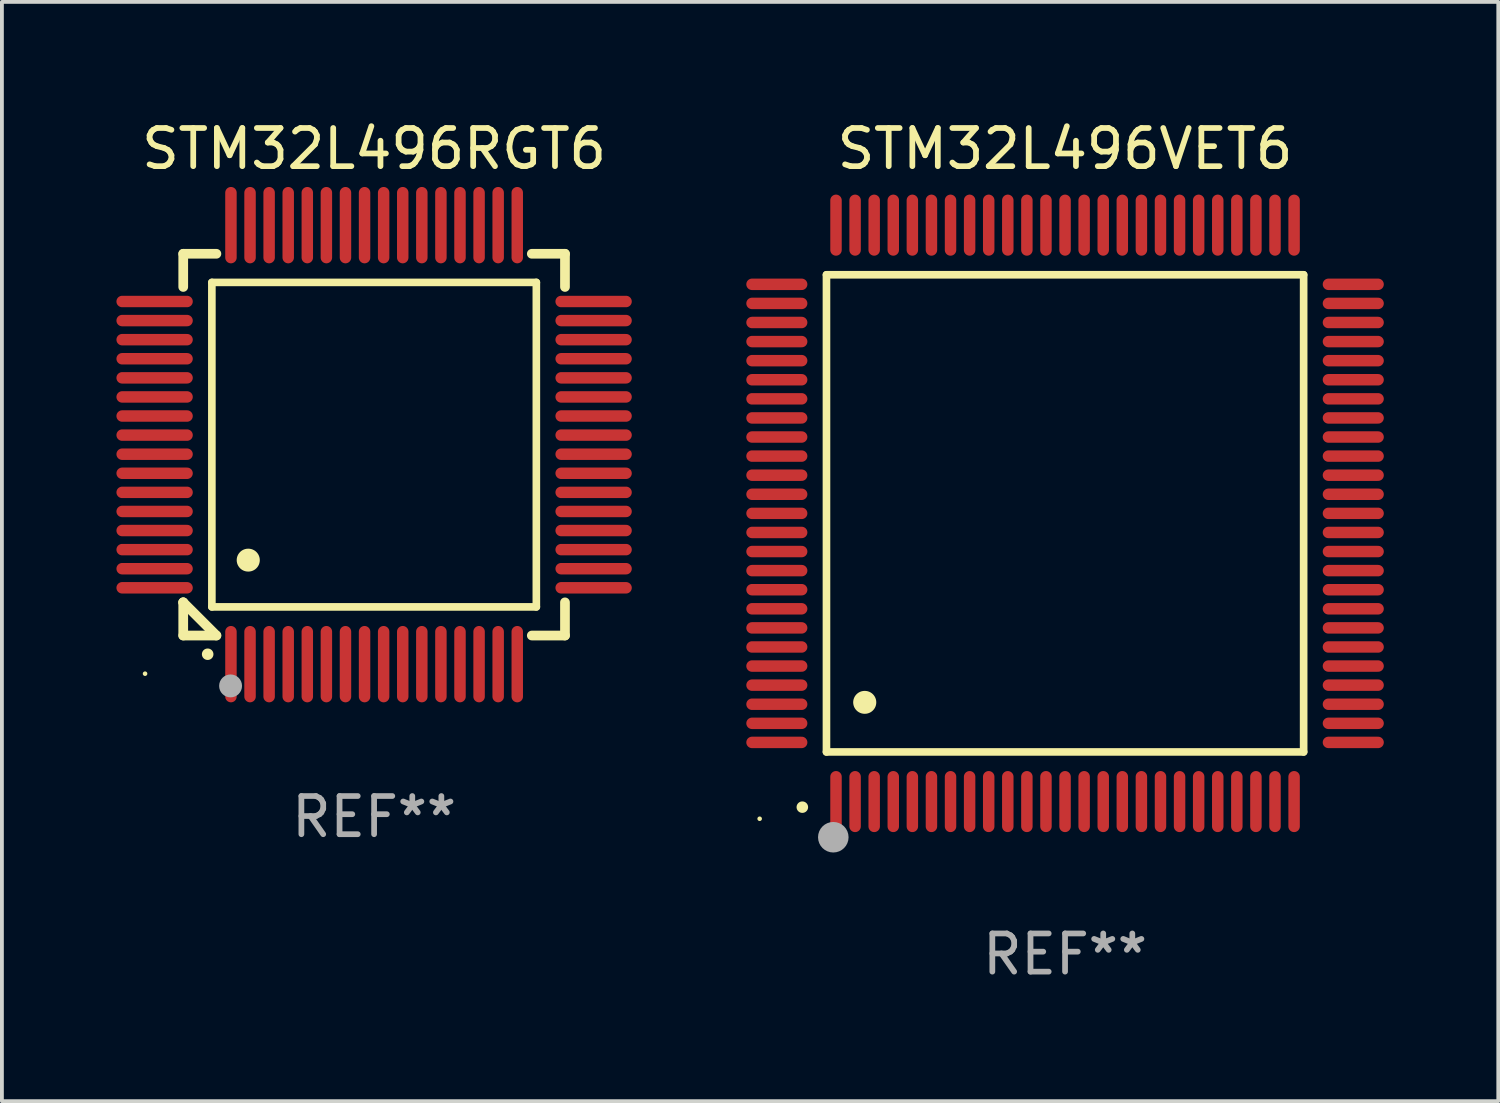
<source format=kicad_pcb>
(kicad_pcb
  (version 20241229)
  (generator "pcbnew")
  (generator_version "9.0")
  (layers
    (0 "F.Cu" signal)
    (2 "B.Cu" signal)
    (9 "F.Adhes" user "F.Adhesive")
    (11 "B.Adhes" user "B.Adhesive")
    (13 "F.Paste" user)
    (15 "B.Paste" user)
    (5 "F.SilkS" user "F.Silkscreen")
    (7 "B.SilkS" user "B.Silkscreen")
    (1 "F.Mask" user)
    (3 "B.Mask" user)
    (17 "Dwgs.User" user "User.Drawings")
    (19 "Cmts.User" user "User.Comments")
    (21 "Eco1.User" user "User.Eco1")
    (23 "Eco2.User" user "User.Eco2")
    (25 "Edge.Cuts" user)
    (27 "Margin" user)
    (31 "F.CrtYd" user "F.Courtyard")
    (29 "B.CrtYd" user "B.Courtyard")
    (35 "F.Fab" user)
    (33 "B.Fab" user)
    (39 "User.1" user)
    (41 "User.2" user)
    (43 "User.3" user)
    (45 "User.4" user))
  (footprint "STM32L496VET6"
    (layer "F.Cu")
    (at 24.85 10.398)
    (property "Reference" "STM32L496VET6" (at 0 -9.55 0) (layer "F.SilkS") (effects (font (size 1 1) (thickness 0.15))))
    (attr through_hole)
    (fp_line (start -6.25 -6.25) (end -6.25 6.25) (stroke (width 0.2) (type solid)) (layer "F.SilkS"))
    (fp_line (start -6.25 6.25) (end 6.25 6.25) (stroke (width 0.2) (type solid)) (layer "F.SilkS"))
    (fp_line (start 6.25 -6.25) (end -6.25 -6.25) (stroke (width 0.2) (type solid)) (layer "F.SilkS"))
    (fp_line (start 6.25 6.25) (end 6.25 -6.25) (stroke (width 0.2) (type solid)) (layer "F.SilkS"))
    (fp_arc (start -6.883414 7.696215) (mid -6.882144 7.69621) (end -6.880874 7.696215) (stroke (width 0.3) (type solid)) (layer "F.SilkS"))
    (fp_arc (start -5.250191 4.95047) (mid -5.247651 4.950459) (end -5.245111 4.95047) (stroke (width 0.6) (type solid)) (layer "F.SilkS"))
    (fp_circle (center -8 8) (end -7.97 8) (stroke (width 0.06) (type solid)) (fill no) (layer "F.SilkS"))
    (fp_circle (center -6.071 8.484) (end -5.871 8.484) (stroke (width 0.4) (type solid)) (fill no) (layer "F.Fab"))
    (fp_text user "REF**" (at 0 11.55 0) (layer "F.Fab") (effects (font (size 1 1) (thickness 0.15))))
    (pad "1" smd oval (at -6 7.55) (size 0.3 1.6) (layers "F.Cu" "F.Mask" "F.Paste"))
    (pad "2" smd oval (at -5.5 7.55) (size 0.3 1.6) (layers "F.Cu" "F.Mask" "F.Paste"))
    (pad "3" smd oval (at -5 7.55) (size 0.3 1.6) (layers "F.Cu" "F.Mask" "F.Paste"))
    (pad "4" smd oval (at -4.5 7.55) (size 0.3 1.6) (layers "F.Cu" "F.Mask" "F.Paste"))
    (pad "5" smd oval (at -4 7.55) (size 0.3 1.6) (layers "F.Cu" "F.Mask" "F.Paste"))
    (pad "6" smd oval (at -3.5 7.55) (size 0.3 1.6) (layers "F.Cu" "F.Mask" "F.Paste"))
    (pad "7" smd oval (at -3 7.55) (size 0.3 1.6) (layers "F.Cu" "F.Mask" "F.Paste"))
    (pad "8" smd oval (at -2.5 7.55) (size 0.3 1.6) (layers "F.Cu" "F.Mask" "F.Paste"))
    (pad "9" smd oval (at -2 7.55) (size 0.3 1.6) (layers "F.Cu" "F.Mask" "F.Paste"))
    (pad "10" smd oval (at -1.5 7.55) (size 0.3 1.6) (layers "F.Cu" "F.Mask" "F.Paste"))
    (pad "11" smd oval (at -1 7.55) (size 0.3 1.6) (layers "F.Cu" "F.Mask" "F.Paste"))
    (pad "12" smd oval (at -0.5 7.55) (size 0.3 1.6) (layers "F.Cu" "F.Mask" "F.Paste"))
    (pad "13" smd oval (at 0 7.55) (size 0.3 1.6) (layers "F.Cu" "F.Mask" "F.Paste"))
    (pad "14" smd oval (at 0.5 7.55) (size 0.3 1.6) (layers "F.Cu" "F.Mask" "F.Paste"))
    (pad "15" smd oval (at 1 7.55) (size 0.3 1.6) (layers "F.Cu" "F.Mask" "F.Paste"))
    (pad "16" smd oval (at 1.5 7.55) (size 0.3 1.6) (layers "F.Cu" "F.Mask" "F.Paste"))
    (pad "17" smd oval (at 2 7.55) (size 0.3 1.6) (layers "F.Cu" "F.Mask" "F.Paste"))
    (pad "18" smd oval (at 2.5 7.55) (size 0.3 1.6) (layers "F.Cu" "F.Mask" "F.Paste"))
    (pad "19" smd oval (at 3 7.55) (size 0.3 1.6) (layers "F.Cu" "F.Mask" "F.Paste"))
    (pad "20" smd oval (at 3.5 7.55) (size 0.3 1.6) (layers "F.Cu" "F.Mask" "F.Paste"))
    (pad "21" smd oval (at 4 7.55) (size 0.3 1.6) (layers "F.Cu" "F.Mask" "F.Paste"))
    (pad "22" smd oval (at 4.5 7.55) (size 0.3 1.6) (layers "F.Cu" "F.Mask" "F.Paste"))
    (pad "23" smd oval (at 5 7.55) (size 0.3 1.6) (layers "F.Cu" "F.Mask" "F.Paste"))
    (pad "24" smd oval (at 5.5 7.55) (size 0.3 1.6) (layers "F.Cu" "F.Mask" "F.Paste"))
    (pad "25" smd oval (at 6 7.55) (size 0.3 1.6) (layers "F.Cu" "F.Mask" "F.Paste"))
    (pad "26" smd oval (at 7.55 6) (size 1.6 0.3) (layers "F.Cu" "F.Mask" "F.Paste"))
    (pad "27" smd oval (at 7.55 5.5) (size 1.6 0.3) (layers "F.Cu" "F.Mask" "F.Paste"))
    (pad "28" smd oval (at 7.55 5) (size 1.6 0.3) (layers "F.Cu" "F.Mask" "F.Paste"))
    (pad "29" smd oval (at 7.55 4.5) (size 1.6 0.3) (layers "F.Cu" "F.Mask" "F.Paste"))
    (pad "30" smd oval (at 7.55 4) (size 1.6 0.3) (layers "F.Cu" "F.Mask" "F.Paste"))
    (pad "31" smd oval (at 7.55 3.5) (size 1.6 0.3) (layers "F.Cu" "F.Mask" "F.Paste"))
    (pad "32" smd oval (at 7.55 3) (size 1.6 0.3) (layers "F.Cu" "F.Mask" "F.Paste"))
    (pad "33" smd oval (at 7.55 2.5) (size 1.6 0.3) (layers "F.Cu" "F.Mask" "F.Paste"))
    (pad "34" smd oval (at 7.55 2) (size 1.6 0.3) (layers "F.Cu" "F.Mask" "F.Paste"))
    (pad "35" smd oval (at 7.55 1.5) (size 1.6 0.3) (layers "F.Cu" "F.Mask" "F.Paste"))
    (pad "36" smd oval (at 7.55 1) (size 1.6 0.3) (layers "F.Cu" "F.Mask" "F.Paste"))
    (pad "37" smd oval (at 7.55 0.5) (size 1.6 0.3) (layers "F.Cu" "F.Mask" "F.Paste"))
    (pad "38" smd oval (at 7.55 0) (size 1.6 0.3) (layers "F.Cu" "F.Mask" "F.Paste"))
    (pad "39" smd oval (at 7.55 -0.5) (size 1.6 0.3) (layers "F.Cu" "F.Mask" "F.Paste"))
    (pad "40" smd oval (at 7.55 -1) (size 1.6 0.3) (layers "F.Cu" "F.Mask" "F.Paste"))
    (pad "41" smd oval (at 7.55 -1.5) (size 1.6 0.3) (layers "F.Cu" "F.Mask" "F.Paste"))
    (pad "42" smd oval (at 7.55 -2) (size 1.6 0.3) (layers "F.Cu" "F.Mask" "F.Paste"))
    (pad "43" smd oval (at 7.55 -2.5) (size 1.6 0.3) (layers "F.Cu" "F.Mask" "F.Paste"))
    (pad "44" smd oval (at 7.55 -3) (size 1.6 0.3) (layers "F.Cu" "F.Mask" "F.Paste"))
    (pad "45" smd oval (at 7.55 -3.5) (size 1.6 0.3) (layers "F.Cu" "F.Mask" "F.Paste"))
    (pad "46" smd oval (at 7.55 -4) (size 1.6 0.3) (layers "F.Cu" "F.Mask" "F.Paste"))
    (pad "47" smd oval (at 7.55 -4.5) (size 1.6 0.3) (layers "F.Cu" "F.Mask" "F.Paste"))
    (pad "48" smd oval (at 7.55 -5) (size 1.6 0.3) (layers "F.Cu" "F.Mask" "F.Paste"))
    (pad "49" smd oval (at 7.55 -5.5) (size 1.6 0.3) (layers "F.Cu" "F.Mask" "F.Paste"))
    (pad "50" smd oval (at 7.55 -6) (size 1.6 0.3) (layers "F.Cu" "F.Mask" "F.Paste"))
    (pad "51" smd oval (at 6 -7.55) (size 0.3 1.6) (layers "F.Cu" "F.Mask" "F.Paste"))
    (pad "52" smd oval (at 5.5 -7.55) (size 0.3 1.6) (layers "F.Cu" "F.Mask" "F.Paste"))
    (pad "53" smd oval (at 5 -7.55) (size 0.3 1.6) (layers "F.Cu" "F.Mask" "F.Paste"))
    (pad "54" smd oval (at 4.5 -7.55) (size 0.3 1.6) (layers "F.Cu" "F.Mask" "F.Paste"))
    (pad "55" smd oval (at 4 -7.55) (size 0.3 1.6) (layers "F.Cu" "F.Mask" "F.Paste"))
    (pad "56" smd oval (at 3.5 -7.55) (size 0.3 1.6) (layers "F.Cu" "F.Mask" "F.Paste"))
    (pad "57" smd oval (at 3 -7.55) (size 0.3 1.6) (layers "F.Cu" "F.Mask" "F.Paste"))
    (pad "58" smd oval (at 2.5 -7.55) (size 0.3 1.6) (layers "F.Cu" "F.Mask" "F.Paste"))
    (pad "59" smd oval (at 2 -7.55) (size 0.3 1.6) (layers "F.Cu" "F.Mask" "F.Paste"))
    (pad "60" smd oval (at 1.5 -7.55) (size 0.3 1.6) (layers "F.Cu" "F.Mask" "F.Paste"))
    (pad "61" smd oval (at 1 -7.55) (size 0.3 1.6) (layers "F.Cu" "F.Mask" "F.Paste"))
    (pad "62" smd oval (at 0.5 -7.55) (size 0.3 1.6) (layers "F.Cu" "F.Mask" "F.Paste"))
    (pad "63" smd oval (at 0 -7.55) (size 0.3 1.6) (layers "F.Cu" "F.Mask" "F.Paste"))
    (pad "64" smd oval (at -0.5 -7.55) (size 0.3 1.6) (layers "F.Cu" "F.Mask" "F.Paste"))
    (pad "65" smd oval (at -1 -7.55) (size 0.3 1.6) (layers "F.Cu" "F.Mask" "F.Paste"))
    (pad "66" smd oval (at -1.5 -7.55) (size 0.3 1.6) (layers "F.Cu" "F.Mask" "F.Paste"))
    (pad "67" smd oval (at -2 -7.55) (size 0.3 1.6) (layers "F.Cu" "F.Mask" "F.Paste"))
    (pad "68" smd oval (at -2.5 -7.55) (size 0.3 1.6) (layers "F.Cu" "F.Mask" "F.Paste"))
    (pad "69" smd oval (at -3 -7.55) (size 0.3 1.6) (layers "F.Cu" "F.Mask" "F.Paste"))
    (pad "70" smd oval (at -3.5 -7.55) (size 0.3 1.6) (layers "F.Cu" "F.Mask" "F.Paste"))
    (pad "71" smd oval (at -4 -7.55) (size 0.3 1.6) (layers "F.Cu" "F.Mask" "F.Paste"))
    (pad "72" smd oval (at -4.5 -7.55) (size 0.3 1.6) (layers "F.Cu" "F.Mask" "F.Paste"))
    (pad "73" smd oval (at -5 -7.55) (size 0.3 1.6) (layers "F.Cu" "F.Mask" "F.Paste"))
    (pad "74" smd oval (at -5.5 -7.55) (size 0.3 1.6) (layers "F.Cu" "F.Mask" "F.Paste"))
    (pad "75" smd oval (at -6 -7.55) (size 0.3 1.6) (layers "F.Cu" "F.Mask" "F.Paste"))
    (pad "76" smd oval (at -7.55 -6) (size 1.6 0.3) (layers "F.Cu" "F.Mask" "F.Paste"))
    (pad "77" smd oval (at -7.55 -5.5) (size 1.6 0.3) (layers "F.Cu" "F.Mask" "F.Paste"))
    (pad "78" smd oval (at -7.55 -5) (size 1.6 0.3) (layers "F.Cu" "F.Mask" "F.Paste"))
    (pad "79" smd oval (at -7.55 -4.5) (size 1.6 0.3) (layers "F.Cu" "F.Mask" "F.Paste"))
    (pad "80" smd oval (at -7.55 -4) (size 1.6 0.3) (layers "F.Cu" "F.Mask" "F.Paste"))
    (pad "81" smd oval (at -7.55 -3.5) (size 1.6 0.3) (layers "F.Cu" "F.Mask" "F.Paste"))
    (pad "82" smd oval (at -7.55 -3) (size 1.6 0.3) (layers "F.Cu" "F.Mask" "F.Paste"))
    (pad "83" smd oval (at -7.55 -2.5) (size 1.6 0.3) (layers "F.Cu" "F.Mask" "F.Paste"))
    (pad "84" smd oval (at -7.55 -2) (size 1.6 0.3) (layers "F.Cu" "F.Mask" "F.Paste"))
    (pad "85" smd oval (at -7.55 -1.5) (size 1.6 0.3) (layers "F.Cu" "F.Mask" "F.Paste"))
    (pad "86" smd oval (at -7.55 -1) (size 1.6 0.3) (layers "F.Cu" "F.Mask" "F.Paste"))
    (pad "87" smd oval (at -7.55 -0.5) (size 1.6 0.3) (layers "F.Cu" "F.Mask" "F.Paste"))
    (pad "88" smd oval (at -7.55 0) (size 1.6 0.3) (layers "F.Cu" "F.Mask" "F.Paste"))
    (pad "89" smd oval (at -7.55 0.5) (size 1.6 0.3) (layers "F.Cu" "F.Mask" "F.Paste"))
    (pad "90" smd oval (at -7.55 1) (size 1.6 0.3) (layers "F.Cu" "F.Mask" "F.Paste"))
    (pad "91" smd oval (at -7.55 1.5) (size 1.6 0.3) (layers "F.Cu" "F.Mask" "F.Paste"))
    (pad "92" smd oval (at -7.55 2) (size 1.6 0.3) (layers "F.Cu" "F.Mask" "F.Paste"))
    (pad "93" smd oval (at -7.55 2.5) (size 1.6 0.3) (layers "F.Cu" "F.Mask" "F.Paste"))
    (pad "94" smd oval (at -7.55 3) (size 1.6 0.3) (layers "F.Cu" "F.Mask" "F.Paste"))
    (pad "95" smd oval (at -7.55 3.5) (size 1.6 0.3) (layers "F.Cu" "F.Mask" "F.Paste"))
    (pad "96" smd oval (at -7.55 4) (size 1.6 0.3) (layers "F.Cu" "F.Mask" "F.Paste"))
    (pad "97" smd oval (at -7.55 4.5) (size 1.6 0.3) (layers "F.Cu" "F.Mask" "F.Paste"))
    (pad "98" smd oval (at -7.55 5) (size 1.6 0.3) (layers "F.Cu" "F.Mask" "F.Paste"))
    (pad "99" smd oval (at -7.55 5.5) (size 1.6 0.3) (layers "F.Cu" "F.Mask" "F.Paste"))
    (pad "100" smd oval (at -7.55 6) (size 1.6 0.3) (layers "F.Cu" "F.Mask" "F.Paste")))
  (footprint "STM32L496RGT6"
    (layer "F.Cu")
    (at 6.75 8.598)
    (property "Reference" "STM32L496RGT6" (at 0 -7.75 0) (layer "F.SilkS") (effects (font (size 1 1) (thickness 0.15))))
    (attr through_hole)
    (fp_line (start -5 -5) (end -4.131 -5) (stroke (width 0.254) (type solid)) (layer "F.SilkS"))
    (fp_line (start -5 -4.131) (end -5 -5) (stroke (width 0.254) (type solid)) (layer "F.SilkS"))
    (fp_line (start -5 4.131) (end -5 4.131) (stroke (width 0.254) (type solid)) (layer "F.SilkS"))
    (fp_line (start -5 5) (end -5 4.131) (stroke (width 0.254) (type solid)) (layer "F.SilkS"))
    (fp_line (start -5 4.131) (end -4.131 5) (stroke (width 0.254) (type solid)) (layer "F.SilkS"))
    (fp_line (start -4.25 -4.25) (end -4.25 4.25) (stroke (width 0.2) (type solid)) (layer "F.SilkS"))
    (fp_line (start -4.25 4.25) (end 4.25 4.25) (stroke (width 0.2) (type solid)) (layer "F.SilkS"))
    (fp_line (start -4.131 5) (end -5 5) (stroke (width 0.254) (type solid)) (layer "F.SilkS"))
    (fp_line (start 4.25 -4.25) (end -4.25 -4.25) (stroke (width 0.2) (type solid)) (layer "F.SilkS"))
    (fp_line (start 4.25 4.25) (end 4.25 -4.25) (stroke (width 0.2) (type solid)) (layer "F.SilkS"))
    (fp_line (start 5 -5) (end 4.131 -5) (stroke (width 0.254) (type solid)) (layer "F.SilkS"))
    (fp_line (start 5 -5) (end 5 -4.131) (stroke (width 0.254) (type solid)) (layer "F.SilkS"))
    (fp_line (start 5 4.131) (end 5 5) (stroke (width 0.254) (type solid)) (layer "F.SilkS"))
    (fp_line (start 5 5) (end 4.131 5) (stroke (width 0.254) (type solid)) (layer "F.SilkS"))
    (fp_arc (start -4.361265 5.489992) (mid -4.359995 5.489987) (end -4.358725 5.489992) (stroke (width 0.3) (type solid)) (layer "F.SilkS"))
    (fp_arc (start -3.299467 3.025146) (mid -3.296927 3.025135) (end -3.294387 3.025146) (stroke (width 0.6) (type solid)) (layer "F.SilkS"))
    (fp_circle (center -6 6) (end -5.97 6) (stroke (width 0.06) (type solid)) (fill no) (layer "F.SilkS"))
    (fp_circle (center -3.76 6.32) (end -3.61 6.32) (stroke (width 0.3) (type solid)) (fill no) (layer "F.Fab"))
    (fp_text user "REF**" (at 0 9.75 0) (layer "F.Fab") (effects (font (size 1 1) (thickness 0.15))))
    (pad "1" smd oval (at -3.75 5.75) (size 0.3 2) (layers "F.Cu" "F.Mask" "F.Paste"))
    (pad "2" smd oval (at -3.25 5.75) (size 0.3 2) (layers "F.Cu" "F.Mask" "F.Paste"))
    (pad "3" smd oval (at -2.75 5.75) (size 0.3 2) (layers "F.Cu" "F.Mask" "F.Paste"))
    (pad "4" smd oval (at -2.25 5.75) (size 0.3 2) (layers "F.Cu" "F.Mask" "F.Paste"))
    (pad "5" smd oval (at -1.75 5.75) (size 0.3 2) (layers "F.Cu" "F.Mask" "F.Paste"))
    (pad "6" smd oval (at -1.25 5.75) (size 0.3 2) (layers "F.Cu" "F.Mask" "F.Paste"))
    (pad "7" smd oval (at -0.75 5.75) (size 0.3 2) (layers "F.Cu" "F.Mask" "F.Paste"))
    (pad "8" smd oval (at -0.25 5.75) (size 0.3 2) (layers "F.Cu" "F.Mask" "F.Paste"))
    (pad "9" smd oval (at 0.25 5.75) (size 0.3 2) (layers "F.Cu" "F.Mask" "F.Paste"))
    (pad "10" smd oval (at 0.75 5.75) (size 0.3 2) (layers "F.Cu" "F.Mask" "F.Paste"))
    (pad "11" smd oval (at 1.25 5.75) (size 0.3 2) (layers "F.Cu" "F.Mask" "F.Paste"))
    (pad "12" smd oval (at 1.75 5.75) (size 0.3 2) (layers "F.Cu" "F.Mask" "F.Paste"))
    (pad "13" smd oval (at 2.25 5.75) (size 0.3 2) (layers "F.Cu" "F.Mask" "F.Paste"))
    (pad "14" smd oval (at 2.75 5.75) (size 0.3 2) (layers "F.Cu" "F.Mask" "F.Paste"))
    (pad "15" smd oval (at 3.25 5.75) (size 0.3 2) (layers "F.Cu" "F.Mask" "F.Paste"))
    (pad "16" smd oval (at 3.75 5.75) (size 0.3 2) (layers "F.Cu" "F.Mask" "F.Paste"))
    (pad "17" smd oval (at 5.75 3.75) (size 2 0.3) (layers "F.Cu" "F.Mask" "F.Paste"))
    (pad "18" smd oval (at 5.75 3.25) (size 2 0.3) (layers "F.Cu" "F.Mask" "F.Paste"))
    (pad "19" smd oval (at 5.75 2.75) (size 2 0.3) (layers "F.Cu" "F.Mask" "F.Paste"))
    (pad "20" smd oval (at 5.75 2.25) (size 2 0.3) (layers "F.Cu" "F.Mask" "F.Paste"))
    (pad "21" smd oval (at 5.75 1.75) (size 2 0.3) (layers "F.Cu" "F.Mask" "F.Paste"))
    (pad "22" smd oval (at 5.75 1.25) (size 2 0.3) (layers "F.Cu" "F.Mask" "F.Paste"))
    (pad "23" smd oval (at 5.75 0.75) (size 2 0.3) (layers "F.Cu" "F.Mask" "F.Paste"))
    (pad "24" smd oval (at 5.75 0.25) (size 2 0.3) (layers "F.Cu" "F.Mask" "F.Paste"))
    (pad "25" smd oval (at 5.75 -0.25) (size 2 0.3) (layers "F.Cu" "F.Mask" "F.Paste"))
    (pad "26" smd oval (at 5.75 -0.75) (size 2 0.3) (layers "F.Cu" "F.Mask" "F.Paste"))
    (pad "27" smd oval (at 5.75 -1.25) (size 2 0.3) (layers "F.Cu" "F.Mask" "F.Paste"))
    (pad "28" smd oval (at 5.75 -1.75) (size 2 0.3) (layers "F.Cu" "F.Mask" "F.Paste"))
    (pad "29" smd oval (at 5.75 -2.25) (size 2 0.3) (layers "F.Cu" "F.Mask" "F.Paste"))
    (pad "30" smd oval (at 5.75 -2.75) (size 2 0.3) (layers "F.Cu" "F.Mask" "F.Paste"))
    (pad "31" smd oval (at 5.75 -3.25) (size 2 0.3) (layers "F.Cu" "F.Mask" "F.Paste"))
    (pad "32" smd oval (at 5.75 -3.75) (size 2 0.3) (layers "F.Cu" "F.Mask" "F.Paste"))
    (pad "33" smd oval (at 3.75 -5.75) (size 0.3 2) (layers "F.Cu" "F.Mask" "F.Paste"))
    (pad "34" smd oval (at 3.25 -5.75) (size 0.3 2) (layers "F.Cu" "F.Mask" "F.Paste"))
    (pad "35" smd oval (at 2.75 -5.75) (size 0.3 2) (layers "F.Cu" "F.Mask" "F.Paste"))
    (pad "36" smd oval (at 2.25 -5.75) (size 0.3 2) (layers "F.Cu" "F.Mask" "F.Paste"))
    (pad "37" smd oval (at 1.75 -5.75) (size 0.3 2) (layers "F.Cu" "F.Mask" "F.Paste"))
    (pad "38" smd oval (at 1.25 -5.75) (size 0.3 2) (layers "F.Cu" "F.Mask" "F.Paste"))
    (pad "39" smd oval (at 0.75 -5.75) (size 0.3 2) (layers "F.Cu" "F.Mask" "F.Paste"))
    (pad "40" smd oval (at 0.25 -5.75) (size 0.3 2) (layers "F.Cu" "F.Mask" "F.Paste"))
    (pad "41" smd oval (at -0.25 -5.75) (size 0.3 2) (layers "F.Cu" "F.Mask" "F.Paste"))
    (pad "42" smd oval (at -0.75 -5.75) (size 0.3 2) (layers "F.Cu" "F.Mask" "F.Paste"))
    (pad "43" smd oval (at -1.25 -5.75) (size 0.3 2) (layers "F.Cu" "F.Mask" "F.Paste"))
    (pad "44" smd oval (at -1.75 -5.75) (size 0.3 2) (layers "F.Cu" "F.Mask" "F.Paste"))
    (pad "45" smd oval (at -2.25 -5.75) (size 0.3 2) (layers "F.Cu" "F.Mask" "F.Paste"))
    (pad "46" smd oval (at -2.75 -5.75) (size 0.3 2) (layers "F.Cu" "F.Mask" "F.Paste"))
    (pad "47" smd oval (at -3.25 -5.75) (size 0.3 2) (layers "F.Cu" "F.Mask" "F.Paste"))
    (pad "48" smd oval (at -3.75 -5.75) (size 0.3 2) (layers "F.Cu" "F.Mask" "F.Paste"))
    (pad "49" smd oval (at -5.75 -3.75) (size 2 0.3) (layers "F.Cu" "F.Mask" "F.Paste"))
    (pad "50" smd oval (at -5.75 -3.25) (size 2 0.3) (layers "F.Cu" "F.Mask" "F.Paste"))
    (pad "51" smd oval (at -5.75 -2.75) (size 2 0.3) (layers "F.Cu" "F.Mask" "F.Paste"))
    (pad "52" smd oval (at -5.75 -2.25) (size 2 0.3) (layers "F.Cu" "F.Mask" "F.Paste"))
    (pad "53" smd oval (at -5.75 -1.75) (size 2 0.3) (layers "F.Cu" "F.Mask" "F.Paste"))
    (pad "54" smd oval (at -5.75 -1.25) (size 2 0.3) (layers "F.Cu" "F.Mask" "F.Paste"))
    (pad "55" smd oval (at -5.75 -0.75) (size 2 0.3) (layers "F.Cu" "F.Mask" "F.Paste"))
    (pad "56" smd oval (at -5.75 -0.25) (size 2 0.3) (layers "F.Cu" "F.Mask" "F.Paste"))
    (pad "57" smd oval (at -5.75 0.25) (size 2 0.3) (layers "F.Cu" "F.Mask" "F.Paste"))
    (pad "58" smd oval (at -5.75 0.75) (size 2 0.3) (layers "F.Cu" "F.Mask" "F.Paste"))
    (pad "59" smd oval (at -5.75 1.25) (size 2 0.3) (layers "F.Cu" "F.Mask" "F.Paste"))
    (pad "60" smd oval (at -5.75 1.75) (size 2 0.3) (layers "F.Cu" "F.Mask" "F.Paste"))
    (pad "61" smd oval (at -5.75 2.25) (size 2 0.3) (layers "F.Cu" "F.Mask" "F.Paste"))
    (pad "62" smd oval (at -5.75 2.75) (size 2 0.3) (layers "F.Cu" "F.Mask" "F.Paste"))
    (pad "63" smd oval (at -5.75 3.25) (size 2 0.3) (layers "F.Cu" "F.Mask" "F.Paste"))
    (pad "64" smd oval (at -5.75 3.75) (size 2 0.3) (layers "F.Cu" "F.Mask" "F.Paste")))
  (gr_rect
    (start -3 -3)
    (end 36.199 25.796)
    (stroke (width 0.1) (type default))
    (fill no)
    (layer "Edge.Cuts")))
</source>
